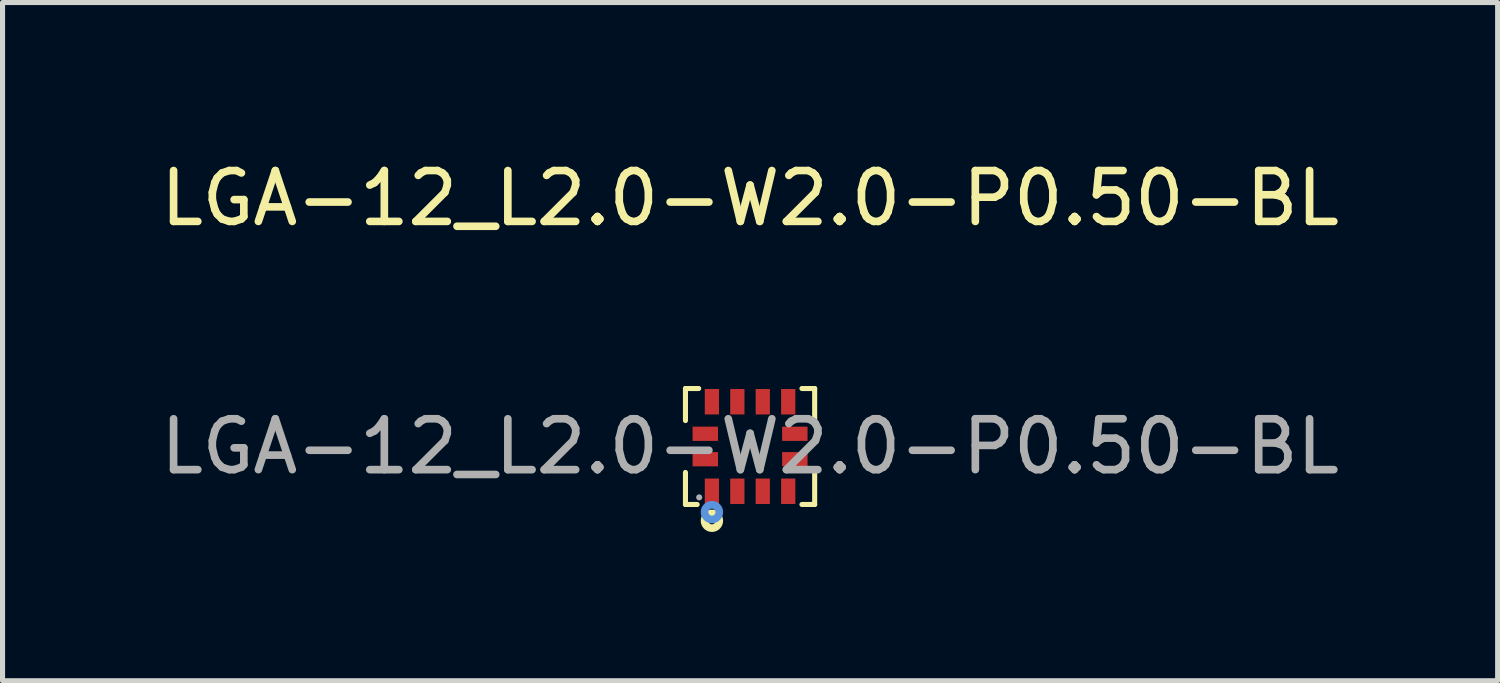
<source format=kicad_pcb>
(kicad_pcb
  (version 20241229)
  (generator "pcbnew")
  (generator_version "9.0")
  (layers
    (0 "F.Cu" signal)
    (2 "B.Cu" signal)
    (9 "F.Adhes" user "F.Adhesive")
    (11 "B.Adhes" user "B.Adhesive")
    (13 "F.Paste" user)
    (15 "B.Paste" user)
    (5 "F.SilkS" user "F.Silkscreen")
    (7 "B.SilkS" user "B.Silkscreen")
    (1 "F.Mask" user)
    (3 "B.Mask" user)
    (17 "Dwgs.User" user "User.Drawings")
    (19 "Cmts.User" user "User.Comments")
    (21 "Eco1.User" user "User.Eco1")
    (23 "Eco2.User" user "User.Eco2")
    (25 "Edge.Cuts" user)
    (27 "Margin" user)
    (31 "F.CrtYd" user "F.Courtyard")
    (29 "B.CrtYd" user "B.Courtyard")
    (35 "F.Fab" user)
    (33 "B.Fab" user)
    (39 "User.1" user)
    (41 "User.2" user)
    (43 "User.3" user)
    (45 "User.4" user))
  (footprint "LGA-12_L2.0-W2.0-P0.50-BL"
    (layer "F.Cu")
    (at 11.696 5.728)
    (property "Reference" "LGA-12_L2.0-W2.0-P0.50-BL" (at 0 -4.88 0) (layer "F.SilkS") (effects (font (size 1 1) (thickness 0.15))))
    (attr smd)
    (fp_line (start -1.27 -1.14) (end -1.27 -0.51) (stroke (width 0.1) (type solid)) (layer "F.SilkS"))
    (fp_line (start -1.27 0.51) (end -1.27 1.14) (stroke (width 0.1) (type solid)) (layer "F.SilkS"))
    (fp_line (start -1.27 1.14) (end -1.04 1.14) (stroke (width 0.1) (type solid)) (layer "F.SilkS"))
    (fp_line (start -1.01 -1.14) (end -1.27 -1.14) (stroke (width 0.1) (type solid)) (layer "F.SilkS"))
    (fp_line (start 1.02 -1.14) (end 1.27 -1.14) (stroke (width 0.1) (type solid)) (layer "F.SilkS"))
    (fp_line (start 1.27 -1.14) (end 1.27 -0.51) (stroke (width 0.1) (type solid)) (layer "F.SilkS"))
    (fp_line (start 1.27 0.51) (end 1.27 1.14) (stroke (width 0.1) (type solid)) (layer "F.SilkS"))
    (fp_line (start 1.27 1.14) (end 1.02 1.14) (stroke (width 0.1) (type solid)) (layer "F.SilkS"))
    (fp_circle (center -0.75 1.46) (end -0.68 1.46) (stroke (width 0.15) (type solid)) (fill no) (layer "F.SilkS"))
    (fp_circle (center -0.75 1.29) (end -0.68 1.29) (stroke (width 0.15) (type solid)) (fill no) (layer "Cmts.User"))
    (fp_circle (center -1 1) (end -0.97 1) (stroke (width 0.06) (type solid)) (fill no) (layer "F.Fab"))
    (fp_text user "${REFERENCE}" (at 0 0 0) (layer "F.Fab") (effects (font (size 1 1) (thickness 0.15))))
    (pad "1" smd rect (at -0.75 0.88) (size 0.28 0.5) (layers "F.Cu" "F.Mask" "F.Paste"))
    (pad "2" smd rect (at -0.25 0.88) (size 0.28 0.5) (layers "F.Cu" "F.Mask" "F.Paste"))
    (pad "3" smd rect (at 0.25 0.88) (size 0.28 0.5) (layers "F.Cu" "F.Mask" "F.Paste"))
    (pad "4" smd rect (at 0.75 0.88) (size 0.28 0.5) (layers "F.Cu" "F.Mask" "F.Paste"))
    (pad "5" smd rect (at 0.88 0.25) (size 0.5 0.28) (layers "F.Cu" "F.Mask" "F.Paste"))
    (pad "6" smd rect (at 0.88 -0.25) (size 0.5 0.28) (layers "F.Cu" "F.Mask" "F.Paste"))
    (pad "7" smd rect (at 0.75 -0.88) (size 0.28 0.5) (layers "F.Cu" "F.Mask" "F.Paste"))
    (pad "8" smd rect (at 0.25 -0.88) (size 0.28 0.5) (layers "F.Cu" "F.Mask" "F.Paste"))
    (pad "9" smd rect (at -0.25 -0.88) (size 0.28 0.5) (layers "F.Cu" "F.Mask" "F.Paste"))
    (pad "10" smd rect (at -0.75 -0.88) (size 0.28 0.5) (layers "F.Cu" "F.Mask" "F.Paste"))
    (pad "11" smd rect (at -0.88 -0.25) (size 0.5 0.28) (layers "F.Cu" "F.Mask" "F.Paste"))
    (pad "12" smd rect (at -0.88 0.25) (size 0.5 0.28) (layers "F.Cu" "F.Mask" "F.Paste")))
  (gr_rect
    (start -3 -3)
    (end 26.393 10.333)
    (stroke (width 0.1) (type default))
    (fill no)
    (layer "Edge.Cuts")))
</source>
